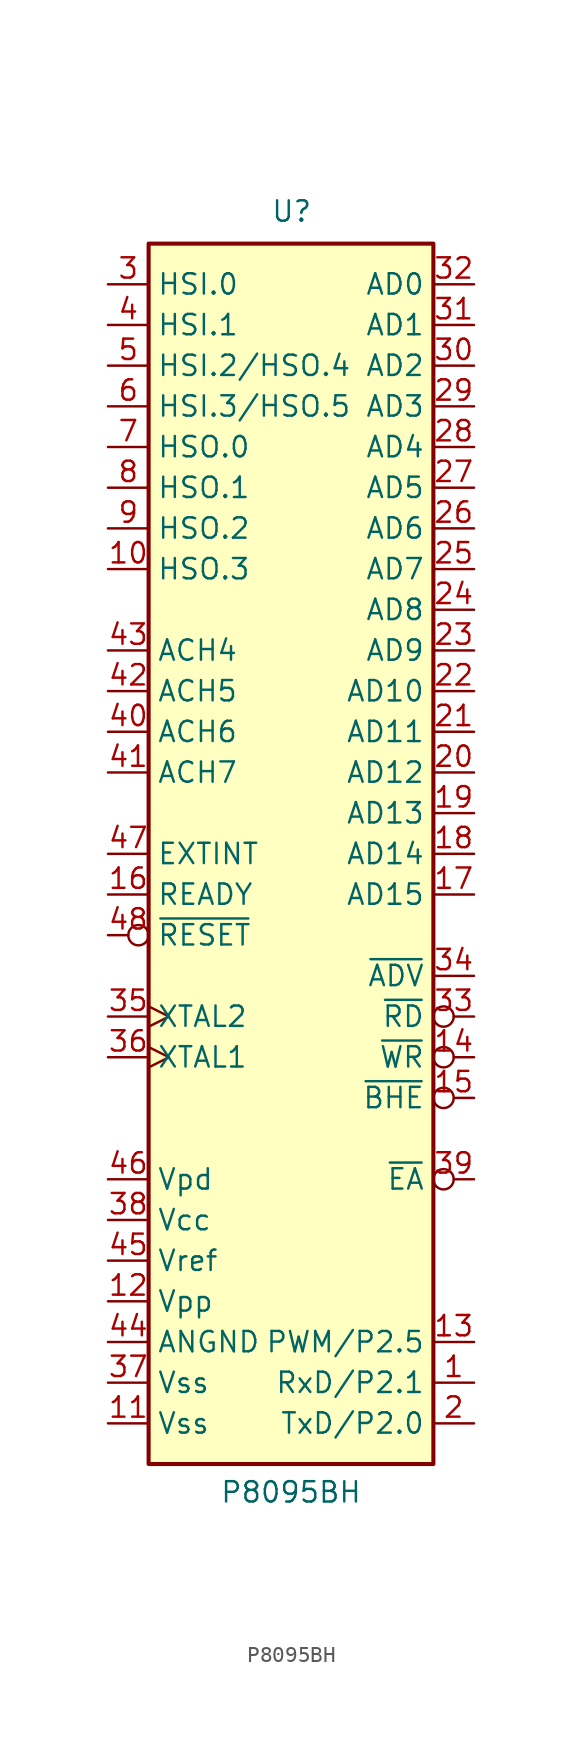
<source format=kicad_sym>
(kicad_symbol_lib
  (version 20231120)
  (generator "kicad_symbol_editor")
  (generator_version "8.0")
  (symbol "P8095BH"
    (property "Reference" "U"
      (at -1.27 39.37 0)
      (effects (font (size 1.27 1.27)) (justify left bottom)))
    (property "Value" "P8095BH"
      (at 0 -39.116 0)
      (effects (font (size 1.27 1.27)) (justify top)))
    (symbol "P8095BH_0_0"
      (pin input line (at -11.43 35.56 0) (length 2.54) (name "HSI.0" (effects (font (size 1.27 1.27)))) (number "3" (effects (font (size 1.27 1.27)))))
      (pin power_in line (at -11.43 -33.02 0) (length 2.54) (name "Vss" (effects (font (size 1.27 1.27)))) (number "37" (effects (font (size 1.27 1.27)))))
      (pin input inverted (at 11.43 -20.32 180) (length 2.54) (name "~{EA}" (effects (font (size 1.27 1.27)))) (number "39" (effects (font (size 1.27 1.27)))))
      (pin input line (at -11.43 33.02 0) (length 2.54) (name "HSI.1" (effects (font (size 1.27 1.27)))) (number "4" (effects (font (size 1.27 1.27)))))
      (pin bidirectional line (at -11.43 7.62 0) (length 2.54) (name "ACH6" (effects (font (size 1.27 1.27)))) (number "40" (effects (font (size 1.27 1.27)))))
      (pin bidirectional line (at -11.43 5.08 0) (length 2.54) (name "ACH7" (effects (font (size 1.27 1.27)))) (number "41" (effects (font (size 1.27 1.27)))))
      (pin input line (at -11.43 -25.4 0) (length 2.54) (name "Vref" (effects (font (size 1.27 1.27)))) (number "45" (effects (font (size 1.27 1.27)))))
      (pin bidirectional line (at -11.43 30.48 0) (length 2.54) (name "HSI.2/HSO.4" (effects (font (size 1.27 1.27)))) (number "5" (effects (font (size 1.27 1.27)))))
      (pin bidirectional line (at -11.43 27.94 0) (length 2.54) (name "HSI.3/HSO.5" (effects (font (size 1.27 1.27)))) (number "6" (effects (font (size 1.27 1.27))))))
    (symbol "P8095BH_0_1"
      (rectangle (start -8.89 -38.1) (end 8.89 38.1) (stroke (width 0.254) (type default)) (fill (type background))))
    (symbol "P8095BH_1_1"
      (pin input line (at 11.43 -33.02 180) (length 2.54) (name "RxD/P2.1" (effects (font (size 1.27 1.27)))) (number "1" (effects (font (size 1.27 1.27)))))
      (pin output line (at -11.43 17.78 0) (length 2.54) (name "HSO.3" (effects (font (size 1.27 1.27)))) (number "10" (effects (font (size 1.27 1.27)))))
      (pin power_in line (at -11.43 -35.56 0) (length 2.54) (name "Vss" (effects (font (size 1.27 1.27)))) (number "11" (effects (font (size 1.27 1.27)))))
      (pin passive line (at -11.43 -27.94 0) (length 2.54) (name "Vpp" (effects (font (size 1.27 1.27)))) (number "12" (effects (font (size 1.27 1.27)))))
      (pin bidirectional line (at 11.43 -30.48 180) (length 2.54) (name "PWM/P2.5" (effects (font (size 1.27 1.27)))) (number "13" (effects (font (size 1.27 1.27)))))
      (pin output inverted (at 11.43 -12.7 180) (length 2.54) (name "~{WR}" (effects (font (size 1.27 1.27)))) (number "14" (effects (font (size 1.27 1.27)))))
      (pin output inverted (at 11.43 -15.24 180) (length 2.54) (name "~{BHE}" (effects (font (size 1.27 1.27)))) (number "15" (effects (font (size 1.27 1.27)))))
      (pin input line (at -11.43 -2.54 0) (length 2.54) (name "READY" (effects (font (size 1.27 1.27)))) (number "16" (effects (font (size 1.27 1.27)))))
      (pin bidirectional line (at 11.43 -2.54 180) (length 2.54) (name "AD15" (effects (font (size 1.27 1.27)))) (number "17" (effects (font (size 1.27 1.27)))))
      (pin bidirectional line (at 11.43 0 180) (length 2.54) (name "AD14" (effects (font (size 1.27 1.27)))) (number "18" (effects (font (size 1.27 1.27)))))
      (pin bidirectional line (at 11.43 2.54 180) (length 2.54) (name "AD13" (effects (font (size 1.27 1.27)))) (number "19" (effects (font (size 1.27 1.27)))))
      (pin output line (at 11.43 -35.56 180) (length 2.54) (name "TxD/P2.0" (effects (font (size 1.27 1.27)))) (number "2" (effects (font (size 1.27 1.27)))))
      (pin bidirectional line (at 11.43 5.08 180) (length 2.54) (name "AD12" (effects (font (size 1.27 1.27)))) (number "20" (effects (font (size 1.27 1.27)))))
      (pin bidirectional line (at 11.43 7.62 180) (length 2.54) (name "AD11" (effects (font (size 1.27 1.27)))) (number "21" (effects (font (size 1.27 1.27)))))
      (pin bidirectional line (at 11.43 10.16 180) (length 2.54) (name "AD10" (effects (font (size 1.27 1.27)))) (number "22" (effects (font (size 1.27 1.27)))))
      (pin bidirectional line (at 11.43 12.7 180) (length 2.54) (name "AD9" (effects (font (size 1.27 1.27)))) (number "23" (effects (font (size 1.27 1.27)))))
      (pin bidirectional line (at 11.43 15.24 180) (length 2.54) (name "AD8" (effects (font (size 1.27 1.27)))) (number "24" (effects (font (size 1.27 1.27)))))
      (pin bidirectional line (at 11.43 17.78 180) (length 2.54) (name "AD7" (effects (font (size 1.27 1.27)))) (number "25" (effects (font (size 1.27 1.27)))))
      (pin bidirectional line (at 11.43 20.32 180) (length 2.54) (name "AD6" (effects (font (size 1.27 1.27)))) (number "26" (effects (font (size 1.27 1.27)))))
      (pin bidirectional line (at 11.43 22.86 180) (length 2.54) (name "AD5" (effects (font (size 1.27 1.27)))) (number "27" (effects (font (size 1.27 1.27)))))
      (pin bidirectional line (at 11.43 25.4 180) (length 2.54) (name "AD4" (effects (font (size 1.27 1.27)))) (number "28" (effects (font (size 1.27 1.27)))))
      (pin bidirectional line (at 11.43 27.94 180) (length 2.54) (name "AD3" (effects (font (size 1.27 1.27)))) (number "29" (effects (font (size 1.27 1.27)))))
      (pin bidirectional line (at 11.43 30.48 180) (length 2.54) (name "AD2" (effects (font (size 1.27 1.27)))) (number "30" (effects (font (size 1.27 1.27)))))
      (pin bidirectional line (at 11.43 33.02 180) (length 2.54) (name "AD1" (effects (font (size 1.27 1.27)))) (number "31" (effects (font (size 1.27 1.27)))))
      (pin bidirectional line (at 11.43 35.56 180) (length 2.54) (name "AD0" (effects (font (size 1.27 1.27)))) (number "32" (effects (font (size 1.27 1.27)))))
      (pin output inverted (at 11.43 -10.16 180) (length 2.54) (name "~{RD}" (effects (font (size 1.27 1.27)))) (number "33" (effects (font (size 1.27 1.27)))))
      (pin output line (at 11.43 -7.62 180) (length 2.54) (name "~{ADV}" (effects (font (size 1.27 1.27)))) (number "34" (effects (font (size 1.27 1.27)))))
      (pin output clock (at -11.43 -10.16 0) (length 2.54) (name "XTAL2" (effects (font (size 1.27 1.27)))) (number "35" (effects (font (size 1.27 1.27)))))
      (pin input clock (at -11.43 -12.7 0) (length 2.54) (name "XTAL1" (effects (font (size 1.27 1.27)))) (number "36" (effects (font (size 1.27 1.27)))))
      (pin power_in line (at -11.43 -22.86 0) (length 2.54) (name "Vcc" (effects (font (size 1.27 1.27)))) (number "38" (effects (font (size 1.27 1.27)))))
      (pin bidirectional line (at -11.43 10.16 0) (length 2.54) (name "ACH5" (effects (font (size 1.27 1.27)))) (number "42" (effects (font (size 1.27 1.27)))))
      (pin bidirectional line (at -11.43 12.7 0) (length 2.54) (name "ACH4" (effects (font (size 1.27 1.27)))) (number "43" (effects (font (size 1.27 1.27)))))
      (pin power_in line (at -11.43 -30.48 0) (length 2.54) (name "ANGND" (effects (font (size 1.27 1.27)))) (number "44" (effects (font (size 1.27 1.27)))))
      (pin power_in line (at -11.43 -20.32 0) (length 2.54) (name "Vpd" (effects (font (size 1.27 1.27)))) (number "46" (effects (font (size 1.27 1.27)))))
      (pin input line (at -11.43 0 0) (length 2.54) (name "EXTINT" (effects (font (size 1.27 1.27)))) (number "47" (effects (font (size 1.27 1.27)))))
      (pin input inverted (at -11.43 -5.08 0) (length 2.54) (name "~{RESET}" (effects (font (size 1.27 1.27)))) (number "48" (effects (font (size 1.27 1.27)))))
      (pin output line (at -11.43 25.4 0) (length 2.54) (name "HSO.0" (effects (font (size 1.27 1.27)))) (number "7" (effects (font (size 1.27 1.27)))))
      (pin output line (at -11.43 22.86 0) (length 2.54) (name "HSO.1" (effects (font (size 1.27 1.27)))) (number "8" (effects (font (size 1.27 1.27)))))
      (pin output line (at -11.43 20.32 0) (length 2.54) (name "HSO.2" (effects (font (size 1.27 1.27)))) (number "9" (effects (font (size 1.27 1.27))))))))
</source>
